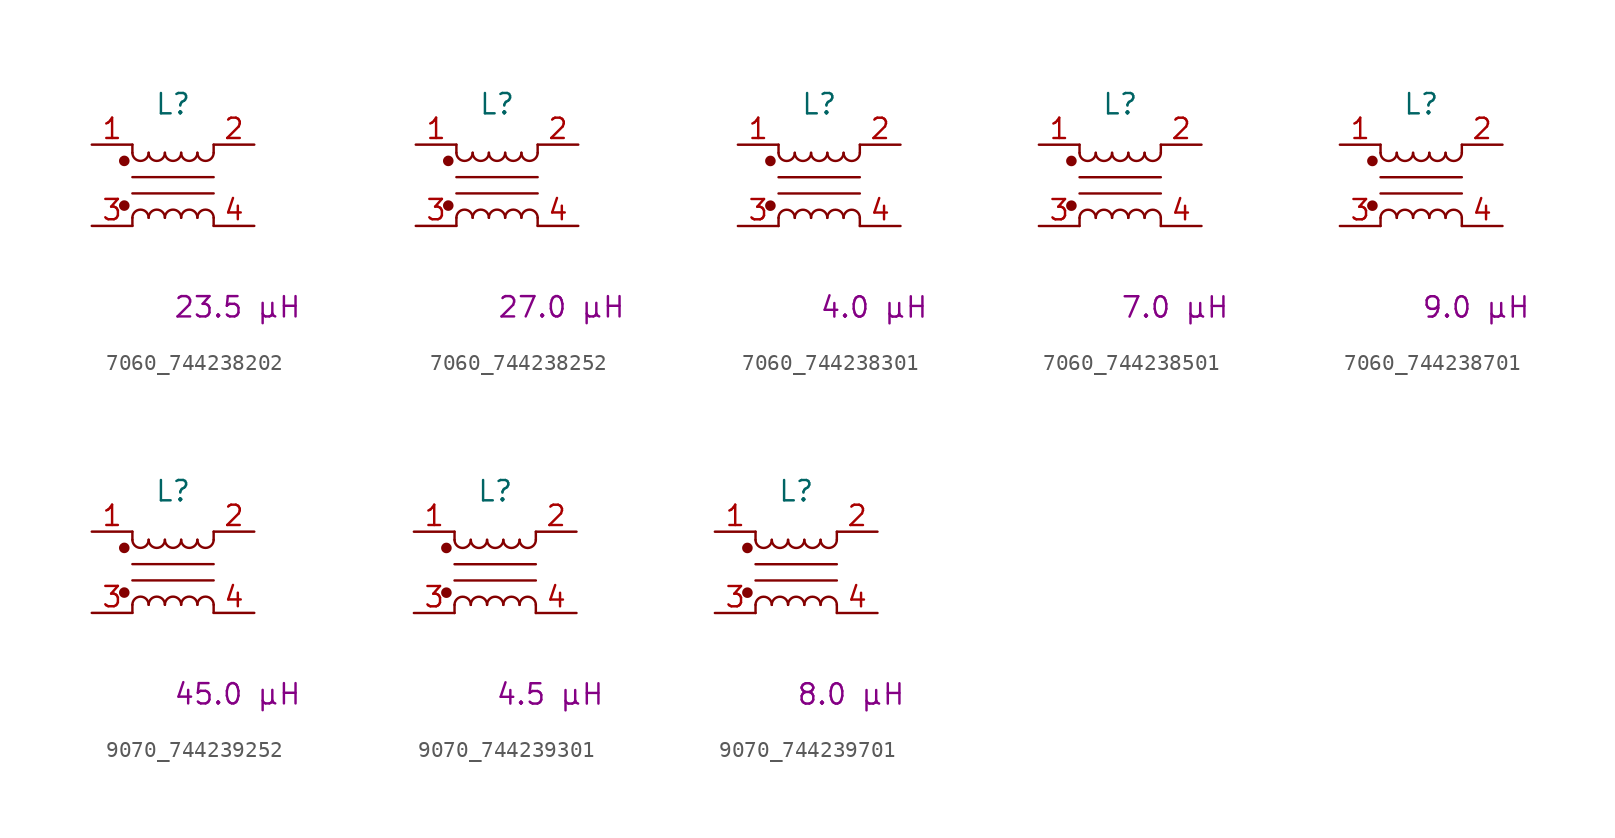
<source format=kicad_sym>
(kicad_symbol_lib
  (version 20220914)
  (generator kicad_symbol_editor)
  (symbol "7060_744238202"
    (pin_names hide)
    (property "Reference" "L"
      (at 0 5.08 0)
      (effects (font (size 1.27 1.27))))
    (property "Critical Parameter" "23.5 µH"
      (at 0 -7.62 0)
      (effects (font (size 1.27 1.27)) (justify left)))
    (symbol "7060_744238202_0_1"
      (circle (center -3.048 -1.27) (radius 0.254) (stroke (width 0) (type default)) (fill (type outline)))
      (circle (center -3.048 1.524) (radius 0.254) (stroke (width 0) (type default)) (fill (type outline)))
      (arc (start -2.54 2.032) (mid -2.032 1.5262) (end -1.524 2.032) (stroke (width 0) (type default)) (fill (type none)))
      (arc (start -1.524 -2.032) (mid -2.032 -1.5262) (end -2.54 -2.032) (stroke (width 0) (type default)) (fill (type none)))
      (arc (start -1.524 2.032) (mid -1.016 1.5262) (end -0.508 2.032) (stroke (width 0) (type default)) (fill (type none)))
      (arc (start -0.508 -2.032) (mid -1.016 -1.5262) (end -1.524 -2.032) (stroke (width 0) (type default)) (fill (type none)))
      (arc (start -0.508 2.032) (mid 0 1.5262) (end 0.508 2.032) (stroke (width 0) (type default)) (fill (type none)))
      (polyline (pts (xy -2.54 -2.032) (xy -2.54 -2.54)) (stroke (width 0) (type default)) (fill (type none)))
      (polyline (pts (xy -2.54 0.508) (xy 2.54 0.508)) (stroke (width 0) (type default)) (fill (type none)))
      (polyline (pts (xy -2.54 2.032) (xy -2.54 2.54)) (stroke (width 0) (type default)) (fill (type none)))
      (polyline (pts (xy 2.54 -2.032) (xy 2.54 -2.54)) (stroke (width 0) (type default)) (fill (type none)))
      (polyline (pts (xy 2.54 -0.508) (xy -2.54 -0.508)) (stroke (width 0) (type default)) (fill (type none)))
      (polyline (pts (xy 2.54 2.54) (xy 2.54 2.032)) (stroke (width 0) (type default)) (fill (type none)))
      (arc (start 0.508 -2.032) (mid 0 -1.5262) (end -0.508 -2.032) (stroke (width 0) (type default)) (fill (type none)))
      (arc (start 0.508 2.032) (mid 1.016 1.5262) (end 1.524 2.032) (stroke (width 0) (type default)) (fill (type none)))
      (arc (start 1.524 -2.032) (mid 1.016 -1.5262) (end 0.508 -2.032) (stroke (width 0) (type default)) (fill (type none)))
      (arc (start 1.524 2.032) (mid 2.032 1.5262) (end 2.54 2.032) (stroke (width 0) (type default)) (fill (type none)))
      (arc (start 2.54 -2.032) (mid 2.032 -1.5262) (end 1.524 -2.032) (stroke (width 0) (type default)) (fill (type none))))
    (symbol "7060_744238202_1_1"
      (pin passive line (at -5.08 2.54 0) (length 2.54) (name "1" (effects (font (size 1.27 1.27)))) (number "1" (effects (font (size 1.27 1.27)))))
      (pin passive line (at 5.08 -2.54 180) (length 2.54) (name "4" (effects (font (size 1.27 1.27)))) (number "4" (effects (font (size 1.27 1.27)))))
      (pin passive line (at -5.08 -2.54 0) (length 2.54) (name "3" (effects (font (size 1.27 1.27)))) (number "3" (effects (font (size 1.27 1.27)))))
      (pin passive line (at 5.08 2.54 180) (length 2.54) (name "2" (effects (font (size 1.27 1.27)))) (number "2" (effects (font (size 1.27 1.27)))))))
  (symbol "7060_744238252"
    (pin_names hide)
    (property "Reference" "L"
      (at 0 5.08 0)
      (effects (font (size 1.27 1.27))))
    (property "Critical Parameter" "27.0 µH"
      (at 0 -7.62 0)
      (effects (font (size 1.27 1.27)) (justify left)))
    (symbol "7060_744238252_0_1"
      (circle (center -3.048 -1.27) (radius 0.254) (stroke (width 0) (type default)) (fill (type outline)))
      (circle (center -3.048 1.524) (radius 0.254) (stroke (width 0) (type default)) (fill (type outline)))
      (arc (start -2.54 2.032) (mid -2.032 1.5262) (end -1.524 2.032) (stroke (width 0) (type default)) (fill (type none)))
      (arc (start -1.524 -2.032) (mid -2.032 -1.5262) (end -2.54 -2.032) (stroke (width 0) (type default)) (fill (type none)))
      (arc (start -1.524 2.032) (mid -1.016 1.5262) (end -0.508 2.032) (stroke (width 0) (type default)) (fill (type none)))
      (arc (start -0.508 -2.032) (mid -1.016 -1.5262) (end -1.524 -2.032) (stroke (width 0) (type default)) (fill (type none)))
      (arc (start -0.508 2.032) (mid 0 1.5262) (end 0.508 2.032) (stroke (width 0) (type default)) (fill (type none)))
      (polyline (pts (xy -2.54 -2.032) (xy -2.54 -2.54)) (stroke (width 0) (type default)) (fill (type none)))
      (polyline (pts (xy -2.54 0.508) (xy 2.54 0.508)) (stroke (width 0) (type default)) (fill (type none)))
      (polyline (pts (xy -2.54 2.032) (xy -2.54 2.54)) (stroke (width 0) (type default)) (fill (type none)))
      (polyline (pts (xy 2.54 -2.032) (xy 2.54 -2.54)) (stroke (width 0) (type default)) (fill (type none)))
      (polyline (pts (xy 2.54 -0.508) (xy -2.54 -0.508)) (stroke (width 0) (type default)) (fill (type none)))
      (polyline (pts (xy 2.54 2.54) (xy 2.54 2.032)) (stroke (width 0) (type default)) (fill (type none)))
      (arc (start 0.508 -2.032) (mid 0 -1.5262) (end -0.508 -2.032) (stroke (width 0) (type default)) (fill (type none)))
      (arc (start 0.508 2.032) (mid 1.016 1.5262) (end 1.524 2.032) (stroke (width 0) (type default)) (fill (type none)))
      (arc (start 1.524 -2.032) (mid 1.016 -1.5262) (end 0.508 -2.032) (stroke (width 0) (type default)) (fill (type none)))
      (arc (start 1.524 2.032) (mid 2.032 1.5262) (end 2.54 2.032) (stroke (width 0) (type default)) (fill (type none)))
      (arc (start 2.54 -2.032) (mid 2.032 -1.5262) (end 1.524 -2.032) (stroke (width 0) (type default)) (fill (type none))))
    (symbol "7060_744238252_1_1"
      (pin passive line (at -5.08 2.54 0) (length 2.54) (name "1" (effects (font (size 1.27 1.27)))) (number "1" (effects (font (size 1.27 1.27)))))
      (pin passive line (at 5.08 -2.54 180) (length 2.54) (name "4" (effects (font (size 1.27 1.27)))) (number "4" (effects (font (size 1.27 1.27)))))
      (pin passive line (at -5.08 -2.54 0) (length 2.54) (name "3" (effects (font (size 1.27 1.27)))) (number "3" (effects (font (size 1.27 1.27)))))
      (pin passive line (at 5.08 2.54 180) (length 2.54) (name "2" (effects (font (size 1.27 1.27)))) (number "2" (effects (font (size 1.27 1.27)))))))
  (symbol "7060_744238301"
    (pin_names hide)
    (property "Reference" "L"
      (at 0 5.08 0)
      (effects (font (size 1.27 1.27))))
    (property "Critical Parameter" "4.0 µH"
      (at 0 -7.62 0)
      (effects (font (size 1.27 1.27)) (justify left)))
    (symbol "7060_744238301_0_1"
      (circle (center -3.048 -1.27) (radius 0.254) (stroke (width 0) (type default)) (fill (type outline)))
      (circle (center -3.048 1.524) (radius 0.254) (stroke (width 0) (type default)) (fill (type outline)))
      (arc (start -2.54 2.032) (mid -2.032 1.5262) (end -1.524 2.032) (stroke (width 0) (type default)) (fill (type none)))
      (arc (start -1.524 -2.032) (mid -2.032 -1.5262) (end -2.54 -2.032) (stroke (width 0) (type default)) (fill (type none)))
      (arc (start -1.524 2.032) (mid -1.016 1.5262) (end -0.508 2.032) (stroke (width 0) (type default)) (fill (type none)))
      (arc (start -0.508 -2.032) (mid -1.016 -1.5262) (end -1.524 -2.032) (stroke (width 0) (type default)) (fill (type none)))
      (arc (start -0.508 2.032) (mid 0 1.5262) (end 0.508 2.032) (stroke (width 0) (type default)) (fill (type none)))
      (polyline (pts (xy -2.54 -2.032) (xy -2.54 -2.54)) (stroke (width 0) (type default)) (fill (type none)))
      (polyline (pts (xy -2.54 0.508) (xy 2.54 0.508)) (stroke (width 0) (type default)) (fill (type none)))
      (polyline (pts (xy -2.54 2.032) (xy -2.54 2.54)) (stroke (width 0) (type default)) (fill (type none)))
      (polyline (pts (xy 2.54 -2.032) (xy 2.54 -2.54)) (stroke (width 0) (type default)) (fill (type none)))
      (polyline (pts (xy 2.54 -0.508) (xy -2.54 -0.508)) (stroke (width 0) (type default)) (fill (type none)))
      (polyline (pts (xy 2.54 2.54) (xy 2.54 2.032)) (stroke (width 0) (type default)) (fill (type none)))
      (arc (start 0.508 -2.032) (mid 0 -1.5262) (end -0.508 -2.032) (stroke (width 0) (type default)) (fill (type none)))
      (arc (start 0.508 2.032) (mid 1.016 1.5262) (end 1.524 2.032) (stroke (width 0) (type default)) (fill (type none)))
      (arc (start 1.524 -2.032) (mid 1.016 -1.5262) (end 0.508 -2.032) (stroke (width 0) (type default)) (fill (type none)))
      (arc (start 1.524 2.032) (mid 2.032 1.5262) (end 2.54 2.032) (stroke (width 0) (type default)) (fill (type none)))
      (arc (start 2.54 -2.032) (mid 2.032 -1.5262) (end 1.524 -2.032) (stroke (width 0) (type default)) (fill (type none))))
    (symbol "7060_744238301_1_1"
      (pin passive line (at -5.08 2.54 0) (length 2.54) (name "1" (effects (font (size 1.27 1.27)))) (number "1" (effects (font (size 1.27 1.27)))))
      (pin passive line (at 5.08 -2.54 180) (length 2.54) (name "4" (effects (font (size 1.27 1.27)))) (number "4" (effects (font (size 1.27 1.27)))))
      (pin passive line (at -5.08 -2.54 0) (length 2.54) (name "3" (effects (font (size 1.27 1.27)))) (number "3" (effects (font (size 1.27 1.27)))))
      (pin passive line (at 5.08 2.54 180) (length 2.54) (name "2" (effects (font (size 1.27 1.27)))) (number "2" (effects (font (size 1.27 1.27)))))))
  (symbol "7060_744238501"
    (pin_names hide)
    (property "Reference" "L"
      (at 0 5.08 0)
      (effects (font (size 1.27 1.27))))
    (property "Critical Parameter" "7.0 µH"
      (at 0 -7.62 0)
      (effects (font (size 1.27 1.27)) (justify left)))
    (symbol "7060_744238501_0_1"
      (circle (center -3.048 -1.27) (radius 0.254) (stroke (width 0) (type default)) (fill (type outline)))
      (circle (center -3.048 1.524) (radius 0.254) (stroke (width 0) (type default)) (fill (type outline)))
      (arc (start -2.54 2.032) (mid -2.032 1.5262) (end -1.524 2.032) (stroke (width 0) (type default)) (fill (type none)))
      (arc (start -1.524 -2.032) (mid -2.032 -1.5262) (end -2.54 -2.032) (stroke (width 0) (type default)) (fill (type none)))
      (arc (start -1.524 2.032) (mid -1.016 1.5262) (end -0.508 2.032) (stroke (width 0) (type default)) (fill (type none)))
      (arc (start -0.508 -2.032) (mid -1.016 -1.5262) (end -1.524 -2.032) (stroke (width 0) (type default)) (fill (type none)))
      (arc (start -0.508 2.032) (mid 0 1.5262) (end 0.508 2.032) (stroke (width 0) (type default)) (fill (type none)))
      (polyline (pts (xy -2.54 -2.032) (xy -2.54 -2.54)) (stroke (width 0) (type default)) (fill (type none)))
      (polyline (pts (xy -2.54 0.508) (xy 2.54 0.508)) (stroke (width 0) (type default)) (fill (type none)))
      (polyline (pts (xy -2.54 2.032) (xy -2.54 2.54)) (stroke (width 0) (type default)) (fill (type none)))
      (polyline (pts (xy 2.54 -2.032) (xy 2.54 -2.54)) (stroke (width 0) (type default)) (fill (type none)))
      (polyline (pts (xy 2.54 -0.508) (xy -2.54 -0.508)) (stroke (width 0) (type default)) (fill (type none)))
      (polyline (pts (xy 2.54 2.54) (xy 2.54 2.032)) (stroke (width 0) (type default)) (fill (type none)))
      (arc (start 0.508 -2.032) (mid 0 -1.5262) (end -0.508 -2.032) (stroke (width 0) (type default)) (fill (type none)))
      (arc (start 0.508 2.032) (mid 1.016 1.5262) (end 1.524 2.032) (stroke (width 0) (type default)) (fill (type none)))
      (arc (start 1.524 -2.032) (mid 1.016 -1.5262) (end 0.508 -2.032) (stroke (width 0) (type default)) (fill (type none)))
      (arc (start 1.524 2.032) (mid 2.032 1.5262) (end 2.54 2.032) (stroke (width 0) (type default)) (fill (type none)))
      (arc (start 2.54 -2.032) (mid 2.032 -1.5262) (end 1.524 -2.032) (stroke (width 0) (type default)) (fill (type none))))
    (symbol "7060_744238501_1_1"
      (pin passive line (at -5.08 2.54 0) (length 2.54) (name "1" (effects (font (size 1.27 1.27)))) (number "1" (effects (font (size 1.27 1.27)))))
      (pin passive line (at 5.08 -2.54 180) (length 2.54) (name "4" (effects (font (size 1.27 1.27)))) (number "4" (effects (font (size 1.27 1.27)))))
      (pin passive line (at -5.08 -2.54 0) (length 2.54) (name "3" (effects (font (size 1.27 1.27)))) (number "3" (effects (font (size 1.27 1.27)))))
      (pin passive line (at 5.08 2.54 180) (length 2.54) (name "2" (effects (font (size 1.27 1.27)))) (number "2" (effects (font (size 1.27 1.27)))))))
  (symbol "7060_744238701"
    (pin_names hide)
    (property "Reference" "L"
      (at 0 5.08 0)
      (effects (font (size 1.27 1.27))))
    (property "Critical Parameter" "9.0 µH"
      (at 0 -7.62 0)
      (effects (font (size 1.27 1.27)) (justify left)))
    (symbol "7060_744238701_0_1"
      (circle (center -3.048 -1.27) (radius 0.254) (stroke (width 0) (type default)) (fill (type outline)))
      (circle (center -3.048 1.524) (radius 0.254) (stroke (width 0) (type default)) (fill (type outline)))
      (arc (start -2.54 2.032) (mid -2.032 1.5262) (end -1.524 2.032) (stroke (width 0) (type default)) (fill (type none)))
      (arc (start -1.524 -2.032) (mid -2.032 -1.5262) (end -2.54 -2.032) (stroke (width 0) (type default)) (fill (type none)))
      (arc (start -1.524 2.032) (mid -1.016 1.5262) (end -0.508 2.032) (stroke (width 0) (type default)) (fill (type none)))
      (arc (start -0.508 -2.032) (mid -1.016 -1.5262) (end -1.524 -2.032) (stroke (width 0) (type default)) (fill (type none)))
      (arc (start -0.508 2.032) (mid 0 1.5262) (end 0.508 2.032) (stroke (width 0) (type default)) (fill (type none)))
      (polyline (pts (xy -2.54 -2.032) (xy -2.54 -2.54)) (stroke (width 0) (type default)) (fill (type none)))
      (polyline (pts (xy -2.54 0.508) (xy 2.54 0.508)) (stroke (width 0) (type default)) (fill (type none)))
      (polyline (pts (xy -2.54 2.032) (xy -2.54 2.54)) (stroke (width 0) (type default)) (fill (type none)))
      (polyline (pts (xy 2.54 -2.032) (xy 2.54 -2.54)) (stroke (width 0) (type default)) (fill (type none)))
      (polyline (pts (xy 2.54 -0.508) (xy -2.54 -0.508)) (stroke (width 0) (type default)) (fill (type none)))
      (polyline (pts (xy 2.54 2.54) (xy 2.54 2.032)) (stroke (width 0) (type default)) (fill (type none)))
      (arc (start 0.508 -2.032) (mid 0 -1.5262) (end -0.508 -2.032) (stroke (width 0) (type default)) (fill (type none)))
      (arc (start 0.508 2.032) (mid 1.016 1.5262) (end 1.524 2.032) (stroke (width 0) (type default)) (fill (type none)))
      (arc (start 1.524 -2.032) (mid 1.016 -1.5262) (end 0.508 -2.032) (stroke (width 0) (type default)) (fill (type none)))
      (arc (start 1.524 2.032) (mid 2.032 1.5262) (end 2.54 2.032) (stroke (width 0) (type default)) (fill (type none)))
      (arc (start 2.54 -2.032) (mid 2.032 -1.5262) (end 1.524 -2.032) (stroke (width 0) (type default)) (fill (type none))))
    (symbol "7060_744238701_1_1"
      (pin passive line (at -5.08 2.54 0) (length 2.54) (name "1" (effects (font (size 1.27 1.27)))) (number "1" (effects (font (size 1.27 1.27)))))
      (pin passive line (at 5.08 -2.54 180) (length 2.54) (name "4" (effects (font (size 1.27 1.27)))) (number "4" (effects (font (size 1.27 1.27)))))
      (pin passive line (at -5.08 -2.54 0) (length 2.54) (name "3" (effects (font (size 1.27 1.27)))) (number "3" (effects (font (size 1.27 1.27)))))
      (pin passive line (at 5.08 2.54 180) (length 2.54) (name "2" (effects (font (size 1.27 1.27)))) (number "2" (effects (font (size 1.27 1.27)))))))
  (symbol "9070_744239252"
    (pin_names hide)
    (property "Reference" "L"
      (at 0 5.08 0)
      (effects (font (size 1.27 1.27))))
    (property "Critical Parameter" "45.0 µH"
      (at 0 -7.62 0)
      (effects (font (size 1.27 1.27)) (justify left)))
    (symbol "9070_744239252_0_1"
      (circle (center -3.048 -1.27) (radius 0.254) (stroke (width 0) (type default)) (fill (type outline)))
      (circle (center -3.048 1.524) (radius 0.254) (stroke (width 0) (type default)) (fill (type outline)))
      (arc (start -2.54 2.032) (mid -2.032 1.5262) (end -1.524 2.032) (stroke (width 0) (type default)) (fill (type none)))
      (arc (start -1.524 -2.032) (mid -2.032 -1.5262) (end -2.54 -2.032) (stroke (width 0) (type default)) (fill (type none)))
      (arc (start -1.524 2.032) (mid -1.016 1.5262) (end -0.508 2.032) (stroke (width 0) (type default)) (fill (type none)))
      (arc (start -0.508 -2.032) (mid -1.016 -1.5262) (end -1.524 -2.032) (stroke (width 0) (type default)) (fill (type none)))
      (arc (start -0.508 2.032) (mid 0 1.5262) (end 0.508 2.032) (stroke (width 0) (type default)) (fill (type none)))
      (polyline (pts (xy -2.54 -2.032) (xy -2.54 -2.54)) (stroke (width 0) (type default)) (fill (type none)))
      (polyline (pts (xy -2.54 0.508) (xy 2.54 0.508)) (stroke (width 0) (type default)) (fill (type none)))
      (polyline (pts (xy -2.54 2.032) (xy -2.54 2.54)) (stroke (width 0) (type default)) (fill (type none)))
      (polyline (pts (xy 2.54 -2.032) (xy 2.54 -2.54)) (stroke (width 0) (type default)) (fill (type none)))
      (polyline (pts (xy 2.54 -0.508) (xy -2.54 -0.508)) (stroke (width 0) (type default)) (fill (type none)))
      (polyline (pts (xy 2.54 2.54) (xy 2.54 2.032)) (stroke (width 0) (type default)) (fill (type none)))
      (arc (start 0.508 -2.032) (mid 0 -1.5262) (end -0.508 -2.032) (stroke (width 0) (type default)) (fill (type none)))
      (arc (start 0.508 2.032) (mid 1.016 1.5262) (end 1.524 2.032) (stroke (width 0) (type default)) (fill (type none)))
      (arc (start 1.524 -2.032) (mid 1.016 -1.5262) (end 0.508 -2.032) (stroke (width 0) (type default)) (fill (type none)))
      (arc (start 1.524 2.032) (mid 2.032 1.5262) (end 2.54 2.032) (stroke (width 0) (type default)) (fill (type none)))
      (arc (start 2.54 -2.032) (mid 2.032 -1.5262) (end 1.524 -2.032) (stroke (width 0) (type default)) (fill (type none))))
    (symbol "9070_744239252_1_1"
      (pin passive line (at -5.08 2.54 0) (length 2.54) (name "1" (effects (font (size 1.27 1.27)))) (number "1" (effects (font (size 1.27 1.27)))))
      (pin passive line (at 5.08 -2.54 180) (length 2.54) (name "4" (effects (font (size 1.27 1.27)))) (number "4" (effects (font (size 1.27 1.27)))))
      (pin passive line (at -5.08 -2.54 0) (length 2.54) (name "3" (effects (font (size 1.27 1.27)))) (number "3" (effects (font (size 1.27 1.27)))))
      (pin passive line (at 5.08 2.54 180) (length 2.54) (name "2" (effects (font (size 1.27 1.27)))) (number "2" (effects (font (size 1.27 1.27)))))))
  (symbol "9070_744239301"
    (pin_names hide)
    (property "Reference" "L"
      (at 0 5.08 0)
      (effects (font (size 1.27 1.27))))
    (property "Critical Parameter" "4.5 µH"
      (at 0 -7.62 0)
      (effects (font (size 1.27 1.27)) (justify left)))
    (symbol "9070_744239301_0_1"
      (circle (center -3.048 -1.27) (radius 0.254) (stroke (width 0) (type default)) (fill (type outline)))
      (circle (center -3.048 1.524) (radius 0.254) (stroke (width 0) (type default)) (fill (type outline)))
      (arc (start -2.54 2.032) (mid -2.032 1.5262) (end -1.524 2.032) (stroke (width 0) (type default)) (fill (type none)))
      (arc (start -1.524 -2.032) (mid -2.032 -1.5262) (end -2.54 -2.032) (stroke (width 0) (type default)) (fill (type none)))
      (arc (start -1.524 2.032) (mid -1.016 1.5262) (end -0.508 2.032) (stroke (width 0) (type default)) (fill (type none)))
      (arc (start -0.508 -2.032) (mid -1.016 -1.5262) (end -1.524 -2.032) (stroke (width 0) (type default)) (fill (type none)))
      (arc (start -0.508 2.032) (mid 0 1.5262) (end 0.508 2.032) (stroke (width 0) (type default)) (fill (type none)))
      (polyline (pts (xy -2.54 -2.032) (xy -2.54 -2.54)) (stroke (width 0) (type default)) (fill (type none)))
      (polyline (pts (xy -2.54 0.508) (xy 2.54 0.508)) (stroke (width 0) (type default)) (fill (type none)))
      (polyline (pts (xy -2.54 2.032) (xy -2.54 2.54)) (stroke (width 0) (type default)) (fill (type none)))
      (polyline (pts (xy 2.54 -2.032) (xy 2.54 -2.54)) (stroke (width 0) (type default)) (fill (type none)))
      (polyline (pts (xy 2.54 -0.508) (xy -2.54 -0.508)) (stroke (width 0) (type default)) (fill (type none)))
      (polyline (pts (xy 2.54 2.54) (xy 2.54 2.032)) (stroke (width 0) (type default)) (fill (type none)))
      (arc (start 0.508 -2.032) (mid 0 -1.5262) (end -0.508 -2.032) (stroke (width 0) (type default)) (fill (type none)))
      (arc (start 0.508 2.032) (mid 1.016 1.5262) (end 1.524 2.032) (stroke (width 0) (type default)) (fill (type none)))
      (arc (start 1.524 -2.032) (mid 1.016 -1.5262) (end 0.508 -2.032) (stroke (width 0) (type default)) (fill (type none)))
      (arc (start 1.524 2.032) (mid 2.032 1.5262) (end 2.54 2.032) (stroke (width 0) (type default)) (fill (type none)))
      (arc (start 2.54 -2.032) (mid 2.032 -1.5262) (end 1.524 -2.032) (stroke (width 0) (type default)) (fill (type none))))
    (symbol "9070_744239301_1_1"
      (pin passive line (at -5.08 2.54 0) (length 2.54) (name "1" (effects (font (size 1.27 1.27)))) (number "1" (effects (font (size 1.27 1.27)))))
      (pin passive line (at 5.08 -2.54 180) (length 2.54) (name "4" (effects (font (size 1.27 1.27)))) (number "4" (effects (font (size 1.27 1.27)))))
      (pin passive line (at -5.08 -2.54 0) (length 2.54) (name "3" (effects (font (size 1.27 1.27)))) (number "3" (effects (font (size 1.27 1.27)))))
      (pin passive line (at 5.08 2.54 180) (length 2.54) (name "2" (effects (font (size 1.27 1.27)))) (number "2" (effects (font (size 1.27 1.27)))))))
  (symbol "9070_744239701"
    (pin_names hide)
    (property "Reference" "L"
      (at 0 5.08 0)
      (effects (font (size 1.27 1.27))))
    (property "Critical Parameter" "8.0 µH"
      (at 0 -7.62 0)
      (effects (font (size 1.27 1.27)) (justify left)))
    (symbol "9070_744239701_0_1"
      (circle (center -3.048 -1.27) (radius 0.254) (stroke (width 0) (type default)) (fill (type outline)))
      (circle (center -3.048 1.524) (radius 0.254) (stroke (width 0) (type default)) (fill (type outline)))
      (arc (start -2.54 2.032) (mid -2.032 1.5262) (end -1.524 2.032) (stroke (width 0) (type default)) (fill (type none)))
      (arc (start -1.524 -2.032) (mid -2.032 -1.5262) (end -2.54 -2.032) (stroke (width 0) (type default)) (fill (type none)))
      (arc (start -1.524 2.032) (mid -1.016 1.5262) (end -0.508 2.032) (stroke (width 0) (type default)) (fill (type none)))
      (arc (start -0.508 -2.032) (mid -1.016 -1.5262) (end -1.524 -2.032) (stroke (width 0) (type default)) (fill (type none)))
      (arc (start -0.508 2.032) (mid 0 1.5262) (end 0.508 2.032) (stroke (width 0) (type default)) (fill (type none)))
      (polyline (pts (xy -2.54 -2.032) (xy -2.54 -2.54)) (stroke (width 0) (type default)) (fill (type none)))
      (polyline (pts (xy -2.54 0.508) (xy 2.54 0.508)) (stroke (width 0) (type default)) (fill (type none)))
      (polyline (pts (xy -2.54 2.032) (xy -2.54 2.54)) (stroke (width 0) (type default)) (fill (type none)))
      (polyline (pts (xy 2.54 -2.032) (xy 2.54 -2.54)) (stroke (width 0) (type default)) (fill (type none)))
      (polyline (pts (xy 2.54 -0.508) (xy -2.54 -0.508)) (stroke (width 0) (type default)) (fill (type none)))
      (polyline (pts (xy 2.54 2.54) (xy 2.54 2.032)) (stroke (width 0) (type default)) (fill (type none)))
      (arc (start 0.508 -2.032) (mid 0 -1.5262) (end -0.508 -2.032) (stroke (width 0) (type default)) (fill (type none)))
      (arc (start 0.508 2.032) (mid 1.016 1.5262) (end 1.524 2.032) (stroke (width 0) (type default)) (fill (type none)))
      (arc (start 1.524 -2.032) (mid 1.016 -1.5262) (end 0.508 -2.032) (stroke (width 0) (type default)) (fill (type none)))
      (arc (start 1.524 2.032) (mid 2.032 1.5262) (end 2.54 2.032) (stroke (width 0) (type default)) (fill (type none)))
      (arc (start 2.54 -2.032) (mid 2.032 -1.5262) (end 1.524 -2.032) (stroke (width 0) (type default)) (fill (type none))))
    (symbol "9070_744239701_1_1"
      (pin passive line (at -5.08 2.54 0) (length 2.54) (name "1" (effects (font (size 1.27 1.27)))) (number "1" (effects (font (size 1.27 1.27)))))
      (pin passive line (at 5.08 -2.54 180) (length 2.54) (name "4" (effects (font (size 1.27 1.27)))) (number "4" (effects (font (size 1.27 1.27)))))
      (pin passive line (at -5.08 -2.54 0) (length 2.54) (name "3" (effects (font (size 1.27 1.27)))) (number "3" (effects (font (size 1.27 1.27)))))
      (pin passive line (at 5.08 2.54 180) (length 2.54) (name "2" (effects (font (size 1.27 1.27)))) (number "2" (effects (font (size 1.27 1.27))))))))
</source>
